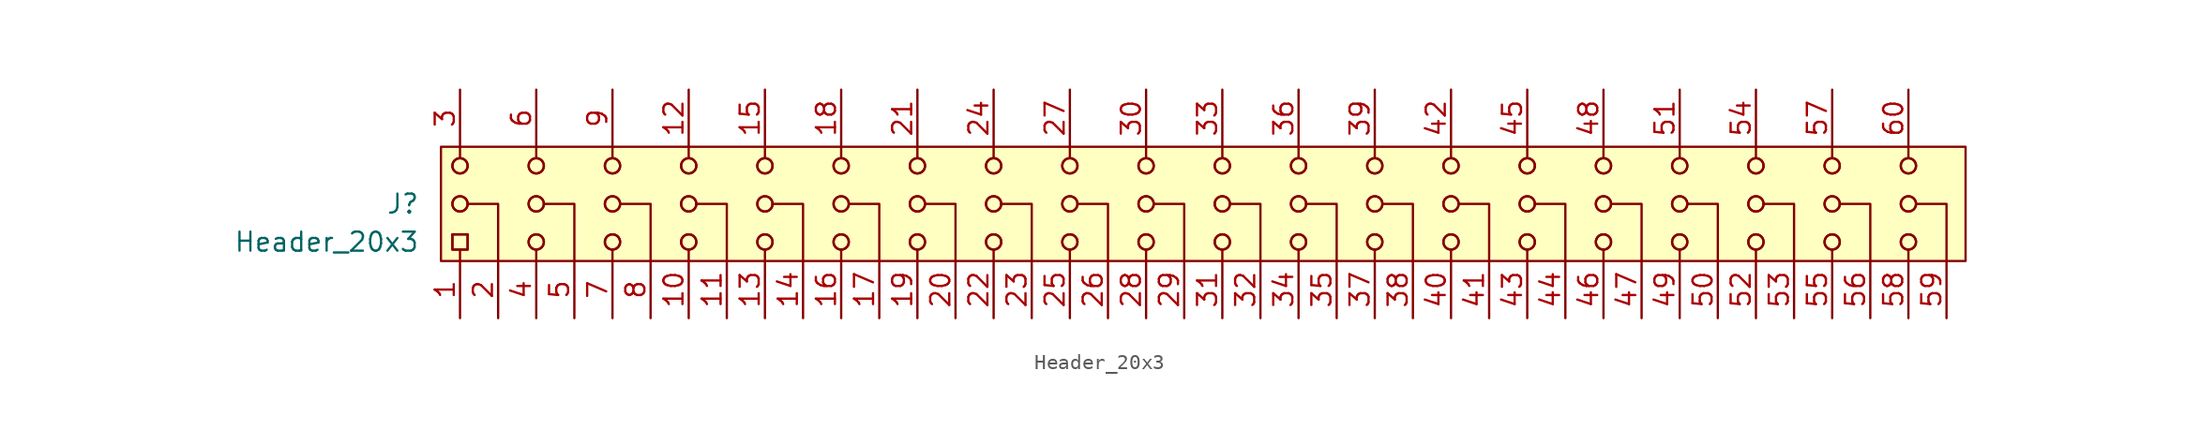
<source format=kicad_sym>
(kicad_symbol_lib
  (version 20220914)
  (generator kicad_symbol_editor)
  (symbol "Header_20x3"
    (pin_names hide)
    (property "Reference" "J"
      (at -52.07 0 0)
      (effects (font (size 1.27 1.27))))
    (property "Value" "Header_20x3"
      (at -57.15 -2.54 0)
      (effects (font (size 1.27 1.27))))
    (symbol "Header_20x3_0_0"
      (pin passive line (at -48.26 -7.62 90) (length 3.81) (name "~" (effects (font (size 1.27 1.27)))) (number "1" (effects (font (size 1.27 1.27)))))
      (pin passive line (at -33.02 -7.62 90) (length 3.81) (name "~" (effects (font (size 1.27 1.27)))) (number "10" (effects (font (size 1.27 1.27)))))
      (pin passive line (at -30.48 -7.62 90) (length 3.81) (name "~" (effects (font (size 1.27 1.27)))) (number "11" (effects (font (size 1.27 1.27)))))
      (pin passive line (at -33.02 7.62 270) (length 3.81) (name "~" (effects (font (size 1.27 1.27)))) (number "12" (effects (font (size 1.27 1.27)))))
      (pin passive line (at -27.94 -7.62 90) (length 3.81) (name "~" (effects (font (size 1.27 1.27)))) (number "13" (effects (font (size 1.27 1.27)))))
      (pin passive line (at -25.4 -7.62 90) (length 3.81) (name "~" (effects (font (size 1.27 1.27)))) (number "14" (effects (font (size 1.27 1.27)))))
      (pin passive line (at -27.94 7.62 270) (length 3.81) (name "~" (effects (font (size 1.27 1.27)))) (number "15" (effects (font (size 1.27 1.27)))))
      (pin passive line (at -22.86 -7.62 90) (length 3.81) (name "~" (effects (font (size 1.27 1.27)))) (number "16" (effects (font (size 1.27 1.27)))))
      (pin passive line (at -20.32 -7.62 90) (length 3.81) (name "~" (effects (font (size 1.27 1.27)))) (number "17" (effects (font (size 1.27 1.27)))))
      (pin passive line (at -22.86 7.62 270) (length 3.81) (name "~" (effects (font (size 1.27 1.27)))) (number "18" (effects (font (size 1.27 1.27)))))
      (pin passive line (at -17.78 -7.62 90) (length 3.81) (name "~" (effects (font (size 1.27 1.27)))) (number "19" (effects (font (size 1.27 1.27)))))
      (pin passive line (at -45.72 -7.62 90) (length 3.81) (name "~" (effects (font (size 1.27 1.27)))) (number "2" (effects (font (size 1.27 1.27)))))
      (pin passive line (at -15.24 -7.62 90) (length 3.81) (name "~" (effects (font (size 1.27 1.27)))) (number "20" (effects (font (size 1.27 1.27)))))
      (pin passive line (at -17.78 7.62 270) (length 3.81) (name "~" (effects (font (size 1.27 1.27)))) (number "21" (effects (font (size 1.27 1.27)))))
      (pin passive line (at -12.7 -7.62 90) (length 3.81) (name "~" (effects (font (size 1.27 1.27)))) (number "22" (effects (font (size 1.27 1.27)))))
      (pin passive line (at -10.16 -7.62 90) (length 3.81) (name "~" (effects (font (size 1.27 1.27)))) (number "23" (effects (font (size 1.27 1.27)))))
      (pin passive line (at -12.7 7.62 270) (length 3.81) (name "~" (effects (font (size 1.27 1.27)))) (number "24" (effects (font (size 1.27 1.27)))))
      (pin passive line (at -7.62 -7.62 90) (length 3.81) (name "~" (effects (font (size 1.27 1.27)))) (number "25" (effects (font (size 1.27 1.27)))))
      (pin passive line (at -5.08 -7.62 90) (length 3.81) (name "~" (effects (font (size 1.27 1.27)))) (number "26" (effects (font (size 1.27 1.27)))))
      (pin passive line (at -7.62 7.62 270) (length 3.81) (name "~" (effects (font (size 1.27 1.27)))) (number "27" (effects (font (size 1.27 1.27)))))
      (pin passive line (at -2.54 -7.62 90) (length 3.81) (name "~" (effects (font (size 1.27 1.27)))) (number "28" (effects (font (size 1.27 1.27)))))
      (pin passive line (at 0 -7.62 90) (length 3.81) (name "28" (effects (font (size 1.27 1.27)))) (number "29" (effects (font (size 1.27 1.27)))))
      (pin passive line (at -48.26 7.62 270) (length 3.81) (name "~" (effects (font (size 1.27 1.27)))) (number "3" (effects (font (size 1.27 1.27)))))
      (pin passive line (at -2.54 7.62 270) (length 3.81) (name "~" (effects (font (size 1.27 1.27)))) (number "30" (effects (font (size 1.27 1.27)))))
      (pin passive line (at 2.54 -7.62 90) (length 3.81) (name "~" (effects (font (size 1.27 1.27)))) (number "31" (effects (font (size 1.27 1.27)))))
      (pin passive line (at 5.08 -7.62 90) (length 3.81) (name "~" (effects (font (size 1.27 1.27)))) (number "32" (effects (font (size 1.27 1.27)))))
      (pin passive line (at 2.54 7.62 270) (length 3.81) (name "~" (effects (font (size 1.27 1.27)))) (number "33" (effects (font (size 1.27 1.27)))))
      (pin passive line (at 7.62 -7.62 90) (length 3.81) (name "~" (effects (font (size 1.27 1.27)))) (number "34" (effects (font (size 1.27 1.27)))))
      (pin passive line (at 10.16 -7.62 90) (length 3.81) (name "~" (effects (font (size 1.27 1.27)))) (number "35" (effects (font (size 1.27 1.27)))))
      (pin passive line (at 7.62 7.62 270) (length 3.81) (name "~" (effects (font (size 1.27 1.27)))) (number "36" (effects (font (size 1.27 1.27)))))
      (pin passive line (at 12.7 -7.62 90) (length 3.81) (name "~" (effects (font (size 1.27 1.27)))) (number "37" (effects (font (size 1.27 1.27)))))
      (pin passive line (at 15.24 -7.62 90) (length 3.81) (name "~" (effects (font (size 1.27 1.27)))) (number "38" (effects (font (size 1.27 1.27)))))
      (pin passive line (at 12.7 7.62 270) (length 3.81) (name "~" (effects (font (size 1.27 1.27)))) (number "39" (effects (font (size 1.27 1.27)))))
      (pin passive line (at -43.18 -7.62 90) (length 3.81) (name "~" (effects (font (size 1.27 1.27)))) (number "4" (effects (font (size 1.27 1.27)))))
      (pin passive line (at 17.78 -7.62 90) (length 3.81) (name "~" (effects (font (size 1.27 1.27)))) (number "40" (effects (font (size 1.27 1.27)))))
      (pin passive line (at 20.32 -7.62 90) (length 3.81) (name "~" (effects (font (size 1.27 1.27)))) (number "41" (effects (font (size 1.27 1.27)))))
      (pin passive line (at 17.78 7.62 270) (length 3.81) (name "~" (effects (font (size 1.27 1.27)))) (number "42" (effects (font (size 1.27 1.27)))))
      (pin passive line (at 22.86 -7.62 90) (length 3.81) (name "~" (effects (font (size 1.27 1.27)))) (number "43" (effects (font (size 1.27 1.27)))))
      (pin passive line (at 25.4 -7.62 90) (length 3.81) (name "~" (effects (font (size 1.27 1.27)))) (number "44" (effects (font (size 1.27 1.27)))))
      (pin passive line (at 22.86 7.62 270) (length 3.81) (name "~" (effects (font (size 1.27 1.27)))) (number "45" (effects (font (size 1.27 1.27)))))
      (pin passive line (at 27.94 -7.62 90) (length 3.81) (name "~" (effects (font (size 1.27 1.27)))) (number "46" (effects (font (size 1.27 1.27)))))
      (pin passive line (at 30.48 -7.62 90) (length 3.81) (name "~" (effects (font (size 1.27 1.27)))) (number "47" (effects (font (size 1.27 1.27)))))
      (pin passive line (at 27.94 7.62 270) (length 3.81) (name "~" (effects (font (size 1.27 1.27)))) (number "48" (effects (font (size 1.27 1.27)))))
      (pin passive line (at 33.02 -7.62 90) (length 3.81) (name "~" (effects (font (size 1.27 1.27)))) (number "49" (effects (font (size 1.27 1.27)))))
      (pin passive line (at -40.64 -7.62 90) (length 3.81) (name "~" (effects (font (size 1.27 1.27)))) (number "5" (effects (font (size 1.27 1.27)))))
      (pin passive line (at 35.56 -7.62 90) (length 3.81) (name "~" (effects (font (size 1.27 1.27)))) (number "50" (effects (font (size 1.27 1.27)))))
      (pin passive line (at 33.02 7.62 270) (length 3.81) (name "~" (effects (font (size 1.27 1.27)))) (number "51" (effects (font (size 1.27 1.27)))))
      (pin passive line (at 38.1 -7.62 90) (length 3.81) (name "~" (effects (font (size 1.27 1.27)))) (number "52" (effects (font (size 1.27 1.27)))))
      (pin passive line (at 40.64 -7.62 90) (length 3.81) (name "~" (effects (font (size 1.27 1.27)))) (number "53" (effects (font (size 1.27 1.27)))))
      (pin passive line (at 38.1 7.62 270) (length 3.81) (name "~" (effects (font (size 1.27 1.27)))) (number "54" (effects (font (size 1.27 1.27)))))
      (pin passive line (at 43.18 -7.62 90) (length 3.81) (name "~" (effects (font (size 1.27 1.27)))) (number "55" (effects (font (size 1.27 1.27)))))
      (pin passive line (at 45.72 -7.62 90) (length 3.81) (name "~" (effects (font (size 1.27 1.27)))) (number "56" (effects (font (size 1.27 1.27)))))
      (pin passive line (at 43.18 7.62 270) (length 3.81) (name "~" (effects (font (size 1.27 1.27)))) (number "57" (effects (font (size 1.27 1.27)))))
      (pin passive line (at 48.26 -7.62 90) (length 3.81) (name "~" (effects (font (size 1.27 1.27)))) (number "58" (effects (font (size 1.27 1.27)))))
      (pin passive line (at 50.8 -7.62 90) (length 3.81) (name "~" (effects (font (size 1.27 1.27)))) (number "59" (effects (font (size 1.27 1.27)))))
      (pin passive line (at -43.18 7.62 270) (length 3.81) (name "~" (effects (font (size 1.27 1.27)))) (number "6" (effects (font (size 1.27 1.27)))))
      (pin passive line (at 48.26 7.62 270) (length 3.81) (name "~" (effects (font (size 1.27 1.27)))) (number "60" (effects (font (size 1.27 1.27)))))
      (pin passive line (at -38.1 -7.62 90) (length 3.81) (name "~" (effects (font (size 1.27 1.27)))) (number "7" (effects (font (size 1.27 1.27)))))
      (pin passive line (at -35.56 -7.62 90) (length 3.81) (name "~" (effects (font (size 1.27 1.27)))) (number "8" (effects (font (size 1.27 1.27)))))
      (pin passive line (at -38.1 7.62 270) (length 3.81) (name "~" (effects (font (size 1.27 1.27)))) (number "9" (effects (font (size 1.27 1.27))))))
    (symbol "Header_20x3_0_1"
      (rectangle (start -49.53 3.81) (end 52.07 -3.81) (stroke (width 0.152) (type default)) (fill (type background)))
      (rectangle (start -48.768 -2.032) (end -47.752 -3.048) (stroke (width 0) (type default)) (fill (type none)))
      (rectangle (start -48.768 -2.032) (end -47.752 -3.048) (stroke (width 0) (type default)) (fill (type none)))
      (circle (center -48.26 0) (radius 0.508) (stroke (width 0) (type default)) (fill (type none)))
      (circle (center -48.26 0) (radius 0.508) (stroke (width 0) (type default)) (fill (type none)))
      (circle (center -48.26 2.54) (radius 0.508) (stroke (width 0) (type default)) (fill (type none)))
      (circle (center -48.26 2.54) (radius 0.508) (stroke (width 0) (type default)) (fill (type none)))
      (circle (center -43.18 -2.54) (radius 0.508) (stroke (width 0) (type default)) (fill (type none)))
      (circle (center -43.18 -2.54) (radius 0.508) (stroke (width 0) (type default)) (fill (type none)))
      (circle (center -43.18 0) (radius 0.508) (stroke (width 0) (type default)) (fill (type none)))
      (circle (center -43.18 0) (radius 0.508) (stroke (width 0) (type default)) (fill (type none)))
      (circle (center -43.18 2.54) (radius 0.508) (stroke (width 0) (type default)) (fill (type none)))
      (circle (center -43.18 2.54) (radius 0.508) (stroke (width 0) (type default)) (fill (type none)))
      (polyline (pts (xy -48.26 -3.048) (xy -48.26 -3.81)) (stroke (width 0) (type default)) (fill (type none)))
      (polyline (pts (xy -48.26 3.048) (xy -48.26 3.81)) (stroke (width 0) (type default)) (fill (type none)))
      (polyline (pts (xy -43.18 -3.048) (xy -43.18 -3.81)) (stroke (width 0) (type default)) (fill (type none)))
      (polyline (pts (xy -43.18 3.048) (xy -43.18 3.81)) (stroke (width 0) (type default)) (fill (type none)))
      (polyline (pts (xy -47.752 0) (xy -45.72 0) (xy -45.72 -3.81)) (stroke (width 0) (type default)) (fill (type none)))
      (polyline (pts (xy -42.672 0) (xy -40.64 0) (xy -40.64 -3.81)) (stroke (width 0) (type default)) (fill (type none))))
    (symbol "Header_20x3_1_1"
      (circle (center -38.1 -2.54) (radius 0.508) (stroke (width 0) (type default)) (fill (type none)))
      (circle (center -38.1 -2.54) (radius 0.508) (stroke (width 0) (type default)) (fill (type none)))
      (circle (center -38.1 0) (radius 0.508) (stroke (width 0) (type default)) (fill (type none)))
      (circle (center -38.1 0) (radius 0.508) (stroke (width 0) (type default)) (fill (type none)))
      (circle (center -38.1 2.54) (radius 0.508) (stroke (width 0) (type default)) (fill (type none)))
      (circle (center -38.1 2.54) (radius 0.508) (stroke (width 0) (type default)) (fill (type none)))
      (circle (center -33.02 -2.54) (radius 0.508) (stroke (width 0) (type default)) (fill (type none)))
      (circle (center -33.02 -2.54) (radius 0.508) (stroke (width 0) (type default)) (fill (type none)))
      (circle (center -33.02 0) (radius 0.508) (stroke (width 0) (type default)) (fill (type none)))
      (circle (center -33.02 0) (radius 0.508) (stroke (width 0) (type default)) (fill (type none)))
      (circle (center -33.02 2.54) (radius 0.508) (stroke (width 0) (type default)) (fill (type none)))
      (circle (center -33.02 2.54) (radius 0.508) (stroke (width 0) (type default)) (fill (type none)))
      (circle (center -27.94 -2.54) (radius 0.508) (stroke (width 0) (type default)) (fill (type none)))
      (circle (center -27.94 -2.54) (radius 0.508) (stroke (width 0) (type default)) (fill (type none)))
      (circle (center -27.94 0) (radius 0.508) (stroke (width 0) (type default)) (fill (type none)))
      (circle (center -27.94 0) (radius 0.508) (stroke (width 0) (type default)) (fill (type none)))
      (circle (center -27.94 2.54) (radius 0.508) (stroke (width 0) (type default)) (fill (type none)))
      (circle (center -27.94 2.54) (radius 0.508) (stroke (width 0) (type default)) (fill (type none)))
      (circle (center -22.86 -2.54) (radius 0.508) (stroke (width 0) (type default)) (fill (type none)))
      (circle (center -22.86 -2.54) (radius 0.508) (stroke (width 0) (type default)) (fill (type none)))
      (circle (center -22.86 0) (radius 0.508) (stroke (width 0) (type default)) (fill (type none)))
      (circle (center -22.86 0) (radius 0.508) (stroke (width 0) (type default)) (fill (type none)))
      (circle (center -22.86 2.54) (radius 0.508) (stroke (width 0) (type default)) (fill (type none)))
      (circle (center -22.86 2.54) (radius 0.508) (stroke (width 0) (type default)) (fill (type none)))
      (circle (center -17.78 -2.54) (radius 0.508) (stroke (width 0) (type default)) (fill (type none)))
      (circle (center -17.78 -2.54) (radius 0.508) (stroke (width 0) (type default)) (fill (type none)))
      (circle (center -17.78 0) (radius 0.508) (stroke (width 0) (type default)) (fill (type none)))
      (circle (center -17.78 0) (radius 0.508) (stroke (width 0) (type default)) (fill (type none)))
      (circle (center -17.78 2.54) (radius 0.508) (stroke (width 0) (type default)) (fill (type none)))
      (circle (center -17.78 2.54) (radius 0.508) (stroke (width 0) (type default)) (fill (type none)))
      (circle (center -12.7 -2.54) (radius 0.508) (stroke (width 0) (type default)) (fill (type none)))
      (circle (center -12.7 -2.54) (radius 0.508) (stroke (width 0) (type default)) (fill (type none)))
      (circle (center -12.7 0) (radius 0.508) (stroke (width 0) (type default)) (fill (type none)))
      (circle (center -12.7 0) (radius 0.508) (stroke (width 0) (type default)) (fill (type none)))
      (circle (center -12.7 2.54) (radius 0.508) (stroke (width 0) (type default)) (fill (type none)))
      (circle (center -12.7 2.54) (radius 0.508) (stroke (width 0) (type default)) (fill (type none)))
      (circle (center -7.62 -2.54) (radius 0.508) (stroke (width 0) (type default)) (fill (type none)))
      (circle (center -7.62 -2.54) (radius 0.508) (stroke (width 0) (type default)) (fill (type none)))
      (circle (center -7.62 0) (radius 0.508) (stroke (width 0) (type default)) (fill (type none)))
      (circle (center -7.62 0) (radius 0.508) (stroke (width 0) (type default)) (fill (type none)))
      (circle (center -7.62 2.54) (radius 0.508) (stroke (width 0) (type default)) (fill (type none)))
      (circle (center -7.62 2.54) (radius 0.508) (stroke (width 0) (type default)) (fill (type none)))
      (circle (center -2.54 -2.54) (radius 0.508) (stroke (width 0) (type default)) (fill (type none)))
      (circle (center -2.54 -2.54) (radius 0.508) (stroke (width 0) (type default)) (fill (type none)))
      (circle (center -2.54 0) (radius 0.508) (stroke (width 0) (type default)) (fill (type none)))
      (circle (center -2.54 0) (radius 0.508) (stroke (width 0) (type default)) (fill (type none)))
      (circle (center -2.54 2.54) (radius 0.508) (stroke (width 0) (type default)) (fill (type none)))
      (circle (center -2.54 2.54) (radius 0.508) (stroke (width 0) (type default)) (fill (type none)))
      (polyline (pts (xy -38.1 -3.048) (xy -38.1 -3.81)) (stroke (width 0) (type default)) (fill (type none)))
      (polyline (pts (xy -38.1 3.048) (xy -38.1 3.81)) (stroke (width 0) (type default)) (fill (type none)))
      (polyline (pts (xy -33.02 -3.048) (xy -33.02 -3.81)) (stroke (width 0) (type default)) (fill (type none)))
      (polyline (pts (xy -33.02 3.048) (xy -33.02 3.81)) (stroke (width 0) (type default)) (fill (type none)))
      (polyline (pts (xy -27.94 -3.048) (xy -27.94 -3.81)) (stroke (width 0) (type default)) (fill (type none)))
      (polyline (pts (xy -27.94 3.048) (xy -27.94 3.81)) (stroke (width 0) (type default)) (fill (type none)))
      (polyline (pts (xy -22.86 -3.048) (xy -22.86 -3.81)) (stroke (width 0) (type default)) (fill (type none)))
      (polyline (pts (xy -22.86 3.048) (xy -22.86 3.81)) (stroke (width 0) (type default)) (fill (type none)))
      (polyline (pts (xy -17.78 -3.048) (xy -17.78 -3.81)) (stroke (width 0) (type default)) (fill (type none)))
      (polyline (pts (xy -17.78 3.048) (xy -17.78 3.81)) (stroke (width 0) (type default)) (fill (type none)))
      (polyline (pts (xy -12.7 -3.048) (xy -12.7 -3.81)) (stroke (width 0) (type default)) (fill (type none)))
      (polyline (pts (xy -12.7 3.048) (xy -12.7 3.81)) (stroke (width 0) (type default)) (fill (type none)))
      (polyline (pts (xy -7.62 -3.048) (xy -7.62 -3.81)) (stroke (width 0) (type default)) (fill (type none)))
      (polyline (pts (xy -7.62 3.048) (xy -7.62 3.81)) (stroke (width 0) (type default)) (fill (type none)))
      (polyline (pts (xy -2.54 -3.048) (xy -2.54 -3.81)) (stroke (width 0) (type default)) (fill (type none)))
      (polyline (pts (xy -2.54 3.048) (xy -2.54 3.81)) (stroke (width 0) (type default)) (fill (type none)))
      (polyline (pts (xy 2.54 -3.048) (xy 2.54 -3.81)) (stroke (width 0) (type default)) (fill (type none)))
      (polyline (pts (xy 2.54 3.048) (xy 2.54 3.81)) (stroke (width 0) (type default)) (fill (type none)))
      (polyline (pts (xy 7.62 -3.048) (xy 7.62 -3.81)) (stroke (width 0) (type default)) (fill (type none)))
      (polyline (pts (xy 7.62 3.048) (xy 7.62 3.81)) (stroke (width 0) (type default)) (fill (type none)))
      (polyline (pts (xy 12.7 -3.048) (xy 12.7 -3.81)) (stroke (width 0) (type default)) (fill (type none)))
      (polyline (pts (xy 12.7 3.048) (xy 12.7 3.81)) (stroke (width 0) (type default)) (fill (type none)))
      (polyline (pts (xy 17.78 -3.048) (xy 17.78 -3.81)) (stroke (width 0) (type default)) (fill (type none)))
      (polyline (pts (xy 17.78 3.048) (xy 17.78 3.81)) (stroke (width 0) (type default)) (fill (type none)))
      (polyline (pts (xy 22.86 -3.048) (xy 22.86 -3.81)) (stroke (width 0) (type default)) (fill (type none)))
      (polyline (pts (xy 22.86 3.048) (xy 22.86 3.81)) (stroke (width 0) (type default)) (fill (type none)))
      (polyline (pts (xy 27.94 -3.048) (xy 27.94 -3.81)) (stroke (width 0) (type default)) (fill (type none)))
      (polyline (pts (xy 27.94 3.048) (xy 27.94 3.81)) (stroke (width 0) (type default)) (fill (type none)))
      (polyline (pts (xy 33.02 -3.048) (xy 33.02 -3.81)) (stroke (width 0) (type default)) (fill (type none)))
      (polyline (pts (xy 33.02 3.048) (xy 33.02 3.81)) (stroke (width 0) (type default)) (fill (type none)))
      (polyline (pts (xy 38.1 -3.048) (xy 38.1 -3.81)) (stroke (width 0) (type default)) (fill (type none)))
      (polyline (pts (xy 38.1 3.048) (xy 38.1 3.81)) (stroke (width 0) (type default)) (fill (type none)))
      (polyline (pts (xy 43.18 -3.048) (xy 43.18 -3.81)) (stroke (width 0) (type default)) (fill (type none)))
      (polyline (pts (xy 43.18 3.048) (xy 43.18 3.81)) (stroke (width 0) (type default)) (fill (type none)))
      (polyline (pts (xy 48.26 -3.048) (xy 48.26 -3.81)) (stroke (width 0) (type default)) (fill (type none)))
      (polyline (pts (xy 48.26 3.048) (xy 48.26 3.81)) (stroke (width 0) (type default)) (fill (type none)))
      (polyline (pts (xy -37.592 0) (xy -35.56 0) (xy -35.56 -3.81)) (stroke (width 0) (type default)) (fill (type none)))
      (polyline (pts (xy -32.512 0) (xy -30.48 0) (xy -30.48 -3.81)) (stroke (width 0) (type default)) (fill (type none)))
      (polyline (pts (xy -27.432 0) (xy -25.4 0) (xy -25.4 -3.81)) (stroke (width 0) (type default)) (fill (type none)))
      (polyline (pts (xy -22.352 0) (xy -20.32 0) (xy -20.32 -3.81)) (stroke (width 0) (type default)) (fill (type none)))
      (polyline (pts (xy -17.272 0) (xy -15.24 0) (xy -15.24 -3.81)) (stroke (width 0) (type default)) (fill (type none)))
      (polyline (pts (xy -12.192 0) (xy -10.16 0) (xy -10.16 -3.81)) (stroke (width 0) (type default)) (fill (type none)))
      (polyline (pts (xy -7.112 0) (xy -5.08 0) (xy -5.08 -3.81)) (stroke (width 0) (type default)) (fill (type none)))
      (polyline (pts (xy -2.032 0) (xy 0 0) (xy 0 -3.81)) (stroke (width 0) (type default)) (fill (type none)))
      (polyline (pts (xy 3.048 0) (xy 5.08 0) (xy 5.08 -3.81)) (stroke (width 0) (type default)) (fill (type none)))
      (polyline (pts (xy 8.128 0) (xy 10.16 0) (xy 10.16 -3.81)) (stroke (width 0) (type default)) (fill (type none)))
      (polyline (pts (xy 13.208 0) (xy 15.24 0) (xy 15.24 -3.81)) (stroke (width 0) (type default)) (fill (type none)))
      (polyline (pts (xy 18.288 0) (xy 20.32 0) (xy 20.32 -3.81)) (stroke (width 0) (type default)) (fill (type none)))
      (polyline (pts (xy 23.368 0) (xy 25.4 0) (xy 25.4 -3.81)) (stroke (width 0) (type default)) (fill (type none)))
      (polyline (pts (xy 28.448 0) (xy 30.48 0) (xy 30.48 -3.81)) (stroke (width 0) (type default)) (fill (type none)))
      (polyline (pts (xy 33.528 0) (xy 35.56 0) (xy 35.56 -3.81)) (stroke (width 0) (type default)) (fill (type none)))
      (polyline (pts (xy 38.608 0) (xy 40.64 0) (xy 40.64 -3.81)) (stroke (width 0) (type default)) (fill (type none)))
      (polyline (pts (xy 43.688 0) (xy 45.72 0) (xy 45.72 -3.81)) (stroke (width 0) (type default)) (fill (type none)))
      (polyline (pts (xy 48.768 0) (xy 50.8 0) (xy 50.8 -3.81)) (stroke (width 0) (type default)) (fill (type none)))
      (circle (center 2.54 -2.54) (radius 0.508) (stroke (width 0) (type default)) (fill (type none)))
      (circle (center 2.54 -2.54) (radius 0.508) (stroke (width 0) (type default)) (fill (type none)))
      (circle (center 2.54 0) (radius 0.508) (stroke (width 0) (type default)) (fill (type none)))
      (circle (center 2.54 0) (radius 0.508) (stroke (width 0) (type default)) (fill (type none)))
      (circle (center 2.54 2.54) (radius 0.508) (stroke (width 0) (type default)) (fill (type none)))
      (circle (center 2.54 2.54) (radius 0.508) (stroke (width 0) (type default)) (fill (type none)))
      (circle (center 7.62 -2.54) (radius 0.508) (stroke (width 0) (type default)) (fill (type none)))
      (circle (center 7.62 -2.54) (radius 0.508) (stroke (width 0) (type default)) (fill (type none)))
      (circle (center 7.62 0) (radius 0.508) (stroke (width 0) (type default)) (fill (type none)))
      (circle (center 7.62 0) (radius 0.508) (stroke (width 0) (type default)) (fill (type none)))
      (circle (center 7.62 2.54) (radius 0.508) (stroke (width 0) (type default)) (fill (type none)))
      (circle (center 7.62 2.54) (radius 0.508) (stroke (width 0) (type default)) (fill (type none)))
      (circle (center 12.7 -2.54) (radius 0.508) (stroke (width 0) (type default)) (fill (type none)))
      (circle (center 12.7 -2.54) (radius 0.508) (stroke (width 0) (type default)) (fill (type none)))
      (circle (center 12.7 0) (radius 0.508) (stroke (width 0) (type default)) (fill (type none)))
      (circle (center 12.7 0) (radius 0.508) (stroke (width 0) (type default)) (fill (type none)))
      (circle (center 12.7 2.54) (radius 0.508) (stroke (width 0) (type default)) (fill (type none)))
      (circle (center 12.7 2.54) (radius 0.508) (stroke (width 0) (type default)) (fill (type none)))
      (circle (center 17.78 -2.54) (radius 0.508) (stroke (width 0) (type default)) (fill (type none)))
      (circle (center 17.78 -2.54) (radius 0.508) (stroke (width 0) (type default)) (fill (type none)))
      (circle (center 17.78 0) (radius 0.508) (stroke (width 0) (type default)) (fill (type none)))
      (circle (center 17.78 0) (radius 0.508) (stroke (width 0) (type default)) (fill (type none)))
      (circle (center 17.78 2.54) (radius 0.508) (stroke (width 0) (type default)) (fill (type none)))
      (circle (center 17.78 2.54) (radius 0.508) (stroke (width 0) (type default)) (fill (type none)))
      (circle (center 22.86 -2.54) (radius 0.508) (stroke (width 0) (type default)) (fill (type none)))
      (circle (center 22.86 -2.54) (radius 0.508) (stroke (width 0) (type default)) (fill (type none)))
      (circle (center 22.86 0) (radius 0.508) (stroke (width 0) (type default)) (fill (type none)))
      (circle (center 22.86 0) (radius 0.508) (stroke (width 0) (type default)) (fill (type none)))
      (circle (center 22.86 2.54) (radius 0.508) (stroke (width 0) (type default)) (fill (type none)))
      (circle (center 22.86 2.54) (radius 0.508) (stroke (width 0) (type default)) (fill (type none)))
      (circle (center 27.94 -2.54) (radius 0.508) (stroke (width 0) (type default)) (fill (type none)))
      (circle (center 27.94 -2.54) (radius 0.508) (stroke (width 0) (type default)) (fill (type none)))
      (circle (center 27.94 0) (radius 0.508) (stroke (width 0) (type default)) (fill (type none)))
      (circle (center 27.94 0) (radius 0.508) (stroke (width 0) (type default)) (fill (type none)))
      (circle (center 27.94 2.54) (radius 0.508) (stroke (width 0) (type default)) (fill (type none)))
      (circle (center 27.94 2.54) (radius 0.508) (stroke (width 0) (type default)) (fill (type none)))
      (circle (center 33.02 -2.54) (radius 0.508) (stroke (width 0) (type default)) (fill (type none)))
      (circle (center 33.02 -2.54) (radius 0.508) (stroke (width 0) (type default)) (fill (type none)))
      (circle (center 33.02 0) (radius 0.508) (stroke (width 0) (type default)) (fill (type none)))
      (circle (center 33.02 0) (radius 0.508) (stroke (width 0) (type default)) (fill (type none)))
      (circle (center 33.02 2.54) (radius 0.508) (stroke (width 0) (type default)) (fill (type none)))
      (circle (center 33.02 2.54) (radius 0.508) (stroke (width 0) (type default)) (fill (type none)))
      (circle (center 38.1 -2.54) (radius 0.508) (stroke (width 0) (type default)) (fill (type none)))
      (circle (center 38.1 -2.54) (radius 0.508) (stroke (width 0) (type default)) (fill (type none)))
      (circle (center 38.1 0) (radius 0.508) (stroke (width 0) (type default)) (fill (type none)))
      (circle (center 38.1 0) (radius 0.508) (stroke (width 0) (type default)) (fill (type none)))
      (circle (center 38.1 2.54) (radius 0.508) (stroke (width 0) (type default)) (fill (type none)))
      (circle (center 38.1 2.54) (radius 0.508) (stroke (width 0) (type default)) (fill (type none)))
      (circle (center 43.18 -2.54) (radius 0.508) (stroke (width 0) (type default)) (fill (type none)))
      (circle (center 43.18 -2.54) (radius 0.508) (stroke (width 0) (type default)) (fill (type none)))
      (circle (center 43.18 0) (radius 0.508) (stroke (width 0) (type default)) (fill (type none)))
      (circle (center 43.18 0) (radius 0.508) (stroke (width 0) (type default)) (fill (type none)))
      (circle (center 43.18 2.54) (radius 0.508) (stroke (width 0) (type default)) (fill (type none)))
      (circle (center 43.18 2.54) (radius 0.508) (stroke (width 0) (type default)) (fill (type none)))
      (circle (center 48.26 -2.54) (radius 0.508) (stroke (width 0) (type default)) (fill (type none)))
      (circle (center 48.26 -2.54) (radius 0.508) (stroke (width 0) (type default)) (fill (type none)))
      (circle (center 48.26 0) (radius 0.508) (stroke (width 0) (type default)) (fill (type none)))
      (circle (center 48.26 0) (radius 0.508) (stroke (width 0) (type default)) (fill (type none)))
      (circle (center 48.26 2.54) (radius 0.508) (stroke (width 0) (type default)) (fill (type none)))
      (circle (center 48.26 2.54) (radius 0.508) (stroke (width 0) (type default)) (fill (type none))))))
</source>
